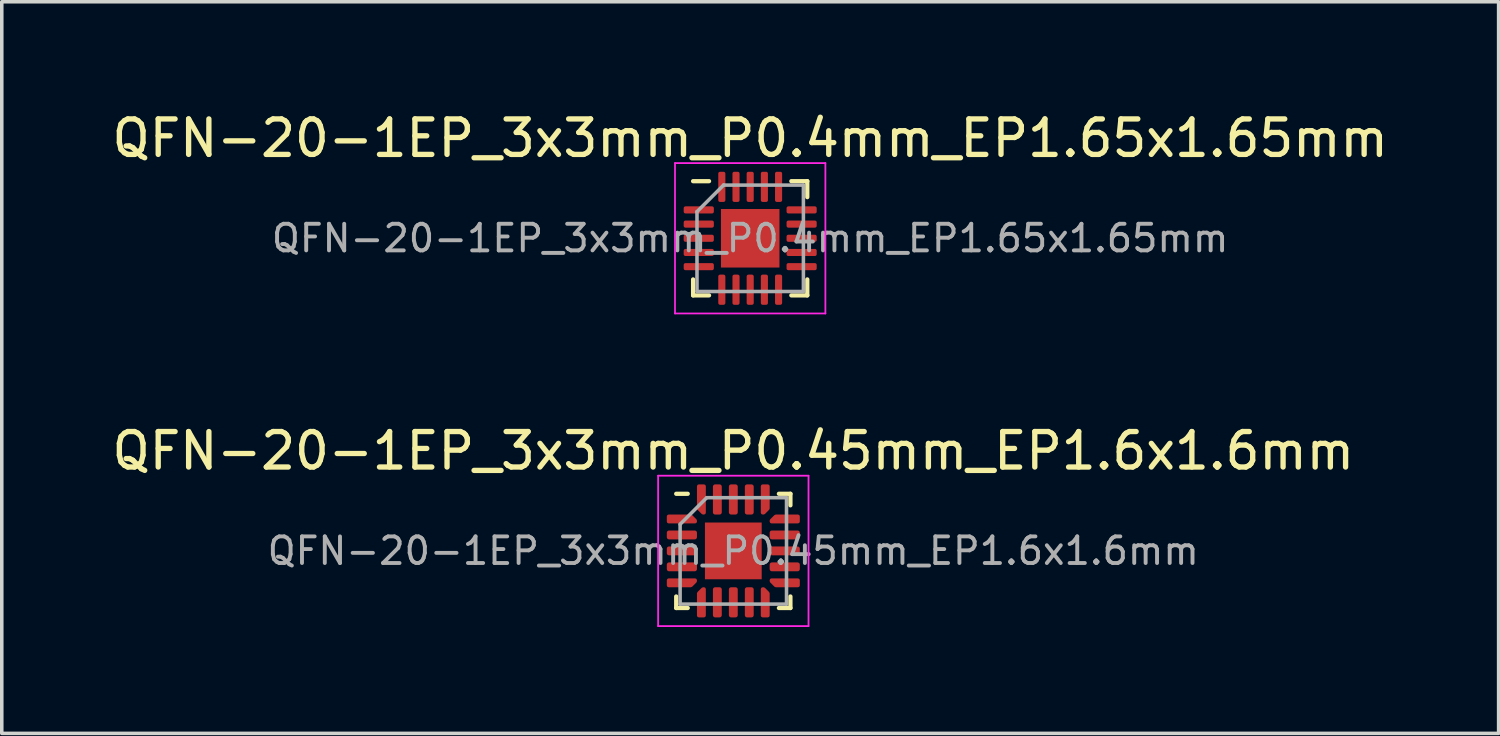
<source format=kicad_pcb>
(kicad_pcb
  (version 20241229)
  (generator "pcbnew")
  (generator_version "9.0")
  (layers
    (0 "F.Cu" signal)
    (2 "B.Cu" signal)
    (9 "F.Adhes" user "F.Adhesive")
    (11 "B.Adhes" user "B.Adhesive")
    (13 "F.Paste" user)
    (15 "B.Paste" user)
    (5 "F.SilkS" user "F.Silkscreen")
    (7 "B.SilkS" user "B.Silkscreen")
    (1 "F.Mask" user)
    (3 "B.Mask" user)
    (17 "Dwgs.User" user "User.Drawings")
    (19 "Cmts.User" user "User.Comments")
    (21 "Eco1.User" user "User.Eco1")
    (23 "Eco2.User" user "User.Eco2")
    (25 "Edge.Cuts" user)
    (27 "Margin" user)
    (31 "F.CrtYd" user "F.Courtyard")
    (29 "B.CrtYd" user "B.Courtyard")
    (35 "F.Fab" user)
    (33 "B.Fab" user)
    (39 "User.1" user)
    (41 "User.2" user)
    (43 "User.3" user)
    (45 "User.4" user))
  (footprint "QFN-20-1EP_3x3mm_P0.4mm_EP1.65x1.65mm"
    (layer "F.Cu")
    (at 18.101 3.668)
    (property "Reference" "QFN-20-1EP_3x3mm_P0.4mm_EP1.65x1.65mm" (at 0 -2.82 0) (layer "F.SilkS") (effects (font (size 1 1) (thickness 0.15))))
    (attr smd)
    (fp_line (start -1.61 1.61) (end -1.61 1.16) (stroke (width 0.12) (type solid)) (layer "F.SilkS"))
    (fp_line (start -1.16 -1.61) (end -1.61 -1.61) (stroke (width 0.12) (type solid)) (layer "F.SilkS"))
    (fp_line (start -1.16 1.61) (end -1.61 1.61) (stroke (width 0.12) (type solid)) (layer "F.SilkS"))
    (fp_line (start 1.16 -1.61) (end 1.61 -1.61) (stroke (width 0.12) (type solid)) (layer "F.SilkS"))
    (fp_line (start 1.16 1.61) (end 1.61 1.61) (stroke (width 0.12) (type solid)) (layer "F.SilkS"))
    (fp_line (start 1.61 -1.61) (end 1.61 -1.16) (stroke (width 0.12) (type solid)) (layer "F.SilkS"))
    (fp_line (start 1.61 1.61) (end 1.61 1.16) (stroke (width 0.12) (type solid)) (layer "F.SilkS"))
    (fp_line (start -2.12 -2.12) (end -2.12 2.12) (stroke (width 0.05) (type solid)) (layer "F.CrtYd"))
    (fp_line (start -2.12 2.12) (end 2.12 2.12) (stroke (width 0.05) (type solid)) (layer "F.CrtYd"))
    (fp_line (start 2.12 -2.12) (end -2.12 -2.12) (stroke (width 0.05) (type solid)) (layer "F.CrtYd"))
    (fp_line (start 2.12 2.12) (end 2.12 -2.12) (stroke (width 0.05) (type solid)) (layer "F.CrtYd"))
    (fp_line (start -1.5 -0.75) (end -0.75 -1.5) (stroke (width 0.1) (type solid)) (layer "F.Fab"))
    (fp_line (start -1.5 1.5) (end -1.5 -0.75) (stroke (width 0.1) (type solid)) (layer "F.Fab"))
    (fp_line (start -0.75 -1.5) (end 1.5 -1.5) (stroke (width 0.1) (type solid)) (layer "F.Fab"))
    (fp_line (start 1.5 -1.5) (end 1.5 1.5) (stroke (width 0.1) (type solid)) (layer "F.Fab"))
    (fp_line (start 1.5 1.5) (end -1.5 1.5) (stroke (width 0.1) (type solid)) (layer "F.Fab"))
    (fp_text user "${REFERENCE}" (at 0 0 0) (layer "F.Fab") (effects (font (size 0.75 0.75) (thickness 0.11))))
    (pad "" smd roundrect (at -0.41 -0.41) (size 0.67 0.67) (layers "F.Paste") (roundrect_rratio 0.25))
    (pad "" smd roundrect (at -0.41 0.41) (size 0.67 0.67) (layers "F.Paste") (roundrect_rratio 0.25))
    (pad "" smd roundrect (at 0.41 -0.41) (size 0.67 0.67) (layers "F.Paste") (roundrect_rratio 0.25))
    (pad "" smd roundrect (at 0.41 0.41) (size 0.67 0.67) (layers "F.Paste") (roundrect_rratio 0.25))
    (pad "1" smd roundrect (at -1.45 -0.8) (size 0.85 0.2) (layers "F.Cu" "F.Mask" "F.Paste") (roundrect_rratio 0.25))
    (pad "2" smd roundrect (at -1.45 -0.4) (size 0.85 0.2) (layers "F.Cu" "F.Mask" "F.Paste") (roundrect_rratio 0.25))
    (pad "3" smd roundrect (at -1.45 0) (size 0.85 0.2) (layers "F.Cu" "F.Mask" "F.Paste") (roundrect_rratio 0.25))
    (pad "4" smd roundrect (at -1.45 0.4) (size 0.85 0.2) (layers "F.Cu" "F.Mask" "F.Paste") (roundrect_rratio 0.25))
    (pad "5" smd roundrect (at -1.45 0.8) (size 0.85 0.2) (layers "F.Cu" "F.Mask" "F.Paste") (roundrect_rratio 0.25))
    (pad "6" smd roundrect (at -0.8 1.45) (size 0.2 0.85) (layers "F.Cu" "F.Mask" "F.Paste") (roundrect_rratio 0.25))
    (pad "7" smd roundrect (at -0.4 1.45) (size 0.2 0.85) (layers "F.Cu" "F.Mask" "F.Paste") (roundrect_rratio 0.25))
    (pad "8" smd roundrect (at 0 1.45) (size 0.2 0.85) (layers "F.Cu" "F.Mask" "F.Paste") (roundrect_rratio 0.25))
    (pad "9" smd roundrect (at 0.4 1.45) (size 0.2 0.85) (layers "F.Cu" "F.Mask" "F.Paste") (roundrect_rratio 0.25))
    (pad "10" smd roundrect (at 0.8 1.45) (size 0.2 0.85) (layers "F.Cu" "F.Mask" "F.Paste") (roundrect_rratio 0.25))
    (pad "11" smd roundrect (at 1.45 0.8) (size 0.85 0.2) (layers "F.Cu" "F.Mask" "F.Paste") (roundrect_rratio 0.25))
    (pad "12" smd roundrect (at 1.45 0.4) (size 0.85 0.2) (layers "F.Cu" "F.Mask" "F.Paste") (roundrect_rratio 0.25))
    (pad "13" smd roundrect (at 1.45 0) (size 0.85 0.2) (layers "F.Cu" "F.Mask" "F.Paste") (roundrect_rratio 0.25))
    (pad "14" smd roundrect (at 1.45 -0.4) (size 0.85 0.2) (layers "F.Cu" "F.Mask" "F.Paste") (roundrect_rratio 0.25))
    (pad "15" smd roundrect (at 1.45 -0.8) (size 0.85 0.2) (layers "F.Cu" "F.Mask" "F.Paste") (roundrect_rratio 0.25))
    (pad "16" smd roundrect (at 0.8 -1.45) (size 0.2 0.85) (layers "F.Cu" "F.Mask" "F.Paste") (roundrect_rratio 0.25))
    (pad "17" smd roundrect (at 0.4 -1.45) (size 0.2 0.85) (layers "F.Cu" "F.Mask" "F.Paste") (roundrect_rratio 0.25))
    (pad "18" smd roundrect (at 0 -1.45) (size 0.2 0.85) (layers "F.Cu" "F.Mask" "F.Paste") (roundrect_rratio 0.25))
    (pad "19" smd roundrect (at -0.4 -1.45) (size 0.2 0.85) (layers "F.Cu" "F.Mask" "F.Paste") (roundrect_rratio 0.25))
    (pad "20" smd roundrect (at -0.8 -1.45) (size 0.2 0.85) (layers "F.Cu" "F.Mask" "F.Paste") (roundrect_rratio 0.25))
    (pad "21" smd rect (at 0 0) (size 1.65 1.65) (layers "F.Cu" "F.Mask")))
  (footprint "QFN-20-1EP_3x3mm_P0.45mm_EP1.6x1.6mm"
    (layer "F.Cu")
    (at 17.625 12.482)
    (property "Reference" "QFN-20-1EP_3x3mm_P0.45mm_EP1.6x1.6mm" (at 0 -2.82 0) (layer "F.SilkS") (effects (font (size 1 1) (thickness 0.15))))
    (attr smd)
    (fp_line (start -1.61 1.61) (end -1.61 1.285) (stroke (width 0.12) (type solid)) (layer "F.SilkS"))
    (fp_line (start -1.285 -1.61) (end -1.61 -1.61) (stroke (width 0.12) (type solid)) (layer "F.SilkS"))
    (fp_line (start -1.285 1.61) (end -1.61 1.61) (stroke (width 0.12) (type solid)) (layer "F.SilkS"))
    (fp_line (start 1.285 -1.61) (end 1.61 -1.61) (stroke (width 0.12) (type solid)) (layer "F.SilkS"))
    (fp_line (start 1.285 1.61) (end 1.61 1.61) (stroke (width 0.12) (type solid)) (layer "F.SilkS"))
    (fp_line (start 1.61 -1.61) (end 1.61 -1.285) (stroke (width 0.12) (type solid)) (layer "F.SilkS"))
    (fp_line (start 1.61 1.61) (end 1.61 1.285) (stroke (width 0.12) (type solid)) (layer "F.SilkS"))
    (fp_line (start -2.12 -2.12) (end -2.12 2.12) (stroke (width 0.05) (type solid)) (layer "F.CrtYd"))
    (fp_line (start -2.12 2.12) (end 2.12 2.12) (stroke (width 0.05) (type solid)) (layer "F.CrtYd"))
    (fp_line (start 2.12 -2.12) (end -2.12 -2.12) (stroke (width 0.05) (type solid)) (layer "F.CrtYd"))
    (fp_line (start 2.12 2.12) (end 2.12 -2.12) (stroke (width 0.05) (type solid)) (layer "F.CrtYd"))
    (fp_line (start -1.5 -0.75) (end -0.75 -1.5) (stroke (width 0.1) (type solid)) (layer "F.Fab"))
    (fp_line (start -1.5 1.5) (end -1.5 -0.75) (stroke (width 0.1) (type solid)) (layer "F.Fab"))
    (fp_line (start -0.75 -1.5) (end 1.5 -1.5) (stroke (width 0.1) (type solid)) (layer "F.Fab"))
    (fp_line (start 1.5 -1.5) (end 1.5 1.5) (stroke (width 0.1) (type solid)) (layer "F.Fab"))
    (fp_line (start 1.5 1.5) (end -1.5 1.5) (stroke (width 0.1) (type solid)) (layer "F.Fab"))
    (fp_text user "${REFERENCE}" (at 0 0 0) (layer "F.Fab") (effects (font (size 0.75 0.75) (thickness 0.11))))
    (pad "" smd roundrect (at -0.4 -0.4) (size 0.64 0.64) (layers "F.Paste") (roundrect_rratio 0.25))
    (pad "" smd roundrect (at -0.4 0.4) (size 0.64 0.64) (layers "F.Paste") (roundrect_rratio 0.25))
    (pad "" smd roundrect (at 0.4 -0.4) (size 0.64 0.64) (layers "F.Paste") (roundrect_rratio 0.25))
    (pad "" smd roundrect (at 0.4 0.4) (size 0.64 0.64) (layers "F.Paste") (roundrect_rratio 0.25))
    (pad "1" smd custom (at -1.45 -0.9) (size 0.144 0.144) (layers "F.Cu" "F.Mask" "F.Paste") (options (anchor circle)) (primitives (gr_poly (pts (xy -0.375 -0.075) (xy 0.254 -0.075) (xy 0.375 0.046) (xy 0.375 0.075) (xy -0.375 0.075)) (width 0.1) (fill yes))))
    (pad "2" smd roundrect (at -1.45 -0.45) (size 0.85 0.25) (layers "F.Cu" "F.Mask" "F.Paste") (roundrect_rratio 0.25))
    (pad "3" smd roundrect (at -1.45 0) (size 0.85 0.25) (layers "F.Cu" "F.Mask" "F.Paste") (roundrect_rratio 0.25))
    (pad "4" smd roundrect (at -1.45 0.45) (size 0.85 0.25) (layers "F.Cu" "F.Mask" "F.Paste") (roundrect_rratio 0.25))
    (pad "5" smd custom (at -1.45 0.9) (size 0.144 0.144) (layers "F.Cu" "F.Mask" "F.Paste") (options (anchor circle)) (primitives (gr_poly (pts (xy -0.375 -0.075) (xy 0.375 -0.075) (xy 0.375 -0.046) (xy 0.254 0.075) (xy -0.375 0.075)) (width 0.1) (fill yes))))
    (pad "6" smd custom (at -0.9 1.45) (size 0.144 0.144) (layers "F.Cu" "F.Mask" "F.Paste") (options (anchor circle)) (primitives (gr_poly (pts (xy -0.075 -0.254) (xy 0.046 -0.375) (xy 0.075 -0.375) (xy 0.075 0.375) (xy -0.075 0.375)) (width 0.1) (fill yes))))
    (pad "7" smd roundrect (at -0.45 1.45) (size 0.25 0.85) (layers "F.Cu" "F.Mask" "F.Paste") (roundrect_rratio 0.25))
    (pad "8" smd roundrect (at 0 1.45) (size 0.25 0.85) (layers "F.Cu" "F.Mask" "F.Paste") (roundrect_rratio 0.25))
    (pad "9" smd roundrect (at 0.45 1.45) (size 0.25 0.85) (layers "F.Cu" "F.Mask" "F.Paste") (roundrect_rratio 0.25))
    (pad "10" smd custom (at 0.9 1.45) (size 0.144 0.144) (layers "F.Cu" "F.Mask" "F.Paste") (options (anchor circle)) (primitives (gr_poly (pts (xy -0.075 -0.375) (xy -0.046 -0.375) (xy 0.075 -0.254) (xy 0.075 0.375) (xy -0.075 0.375)) (width 0.1) (fill yes))))
    (pad "11" smd custom (at 1.45 0.9) (size 0.144 0.144) (layers "F.Cu" "F.Mask" "F.Paste") (options (anchor circle)) (primitives (gr_poly (pts (xy -0.375 -0.075) (xy 0.375 -0.075) (xy 0.375 0.075) (xy -0.254 0.075) (xy -0.375 -0.046)) (width 0.1) (fill yes))))
    (pad "12" smd roundrect (at 1.45 0.45) (size 0.85 0.25) (layers "F.Cu" "F.Mask" "F.Paste") (roundrect_rratio 0.25))
    (pad "13" smd roundrect (at 1.45 0) (size 0.85 0.25) (layers "F.Cu" "F.Mask" "F.Paste") (roundrect_rratio 0.25))
    (pad "14" smd roundrect (at 1.45 -0.45) (size 0.85 0.25) (layers "F.Cu" "F.Mask" "F.Paste") (roundrect_rratio 0.25))
    (pad "15" smd custom (at 1.45 -0.9) (size 0.144 0.144) (layers "F.Cu" "F.Mask" "F.Paste") (options (anchor circle)) (primitives (gr_poly (pts (xy -0.375 0.046) (xy -0.254 -0.075) (xy 0.375 -0.075) (xy 0.375 0.075) (xy -0.375 0.075)) (width 0.1) (fill yes))))
    (pad "16" smd custom (at 0.9 -1.45) (size 0.144 0.144) (layers "F.Cu" "F.Mask" "F.Paste") (options (anchor circle)) (primitives (gr_poly (pts (xy -0.075 -0.375) (xy 0.075 -0.375) (xy 0.075 0.254) (xy -0.046 0.375) (xy -0.075 0.375)) (width 0.1) (fill yes))))
    (pad "17" smd roundrect (at 0.45 -1.45) (size 0.25 0.85) (layers "F.Cu" "F.Mask" "F.Paste") (roundrect_rratio 0.25))
    (pad "18" smd roundrect (at 0 -1.45) (size 0.25 0.85) (layers "F.Cu" "F.Mask" "F.Paste") (roundrect_rratio 0.25))
    (pad "19" smd roundrect (at -0.45 -1.45) (size 0.25 0.85) (layers "F.Cu" "F.Mask" "F.Paste") (roundrect_rratio 0.25))
    (pad "20" smd custom (at -0.9 -1.45) (size 0.144 0.144) (layers "F.Cu" "F.Mask" "F.Paste") (options (anchor circle)) (primitives (gr_poly (pts (xy -0.075 -0.375) (xy 0.075 -0.375) (xy 0.075 0.375) (xy 0.046 0.375) (xy -0.075 0.254)) (width 0.1) (fill yes))))
    (pad "21" smd rect (at 0 0) (size 1.6 1.6) (layers "F.Cu" "F.Mask")))
  (gr_rect
    (start -3 -3)
    (end 39.202 17.627)
    (stroke (width 0.1) (type default))
    (fill no)
    (layer "Edge.Cuts")))
</source>
